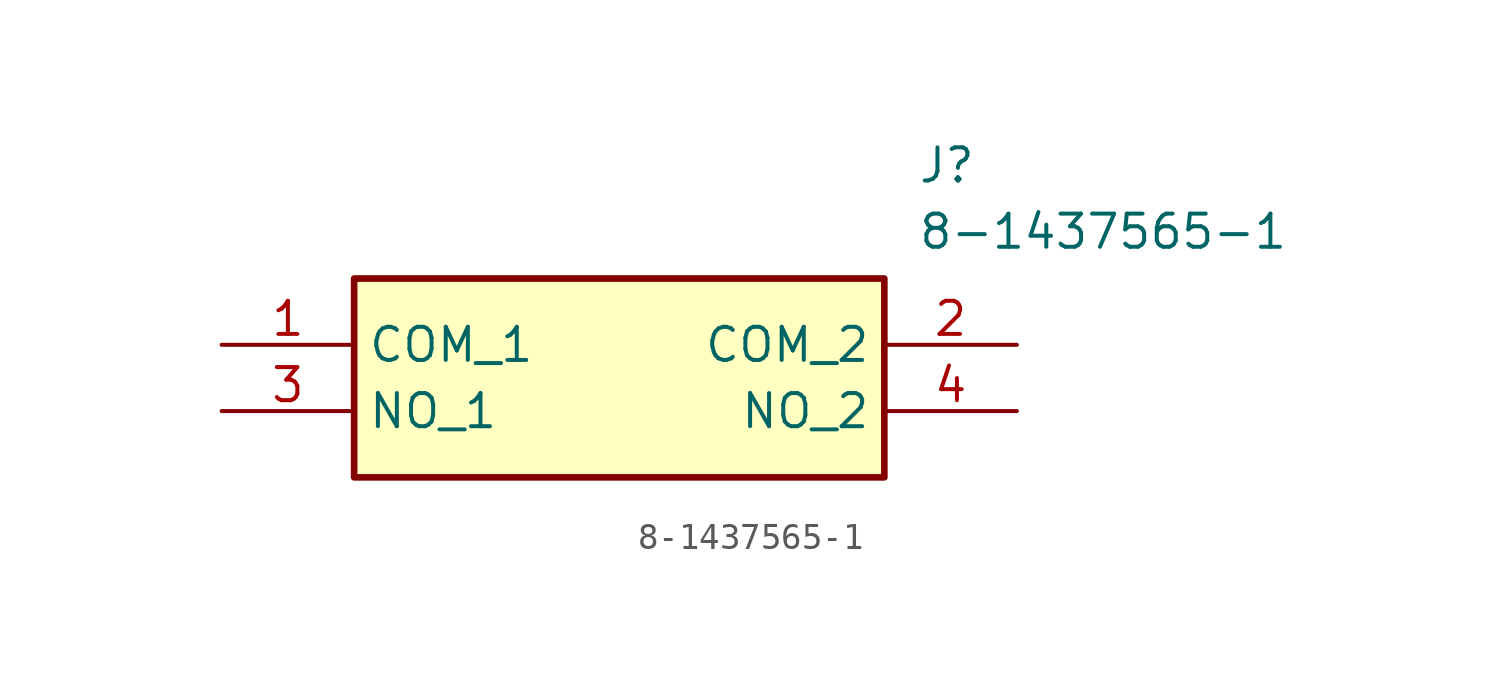
<source format=kicad_sym>
(kicad_symbol_lib
  (version 20211014)
  (generator SamacSys_ECAD_Model)
  (symbol "8-1437565-1"
    (property "Reference" "J"
      (at 26.67 7.62 0)
      (effects (font (size 1.27 1.27)) (justify left top)))
    (property "Value" "8-1437565-1"
      (at 26.67 5.08 0)
      (effects (font (size 1.27 1.27)) (justify left top)))
    (rectangle
      (start 5.08 2.54)
      (end 25.4 -5.08)
      (stroke (width 0.254) (type default))
      (fill (type background)))
    (pin passive line
      (at 0 0 0)
      (length 5.08)
      (name "COM_1" (effects (font (size 1.27 1.27))))
      (number "1" (effects (font (size 1.27 1.27)))))
    (pin passive line
      (at 30.48 0 180)
      (length 5.08)
      (name "COM_2" (effects (font (size 1.27 1.27))))
      (number "2" (effects (font (size 1.27 1.27)))))
    (pin passive line
      (at 0 -2.54 0)
      (length 5.08)
      (name "NO_1" (effects (font (size 1.27 1.27))))
      (number "3" (effects (font (size 1.27 1.27)))))
    (pin passive line
      (at 30.48 -2.54 180)
      (length 5.08)
      (name "NO_2" (effects (font (size 1.27 1.27))))
      (number "4" (effects (font (size 1.27 1.27)))))))
</source>
